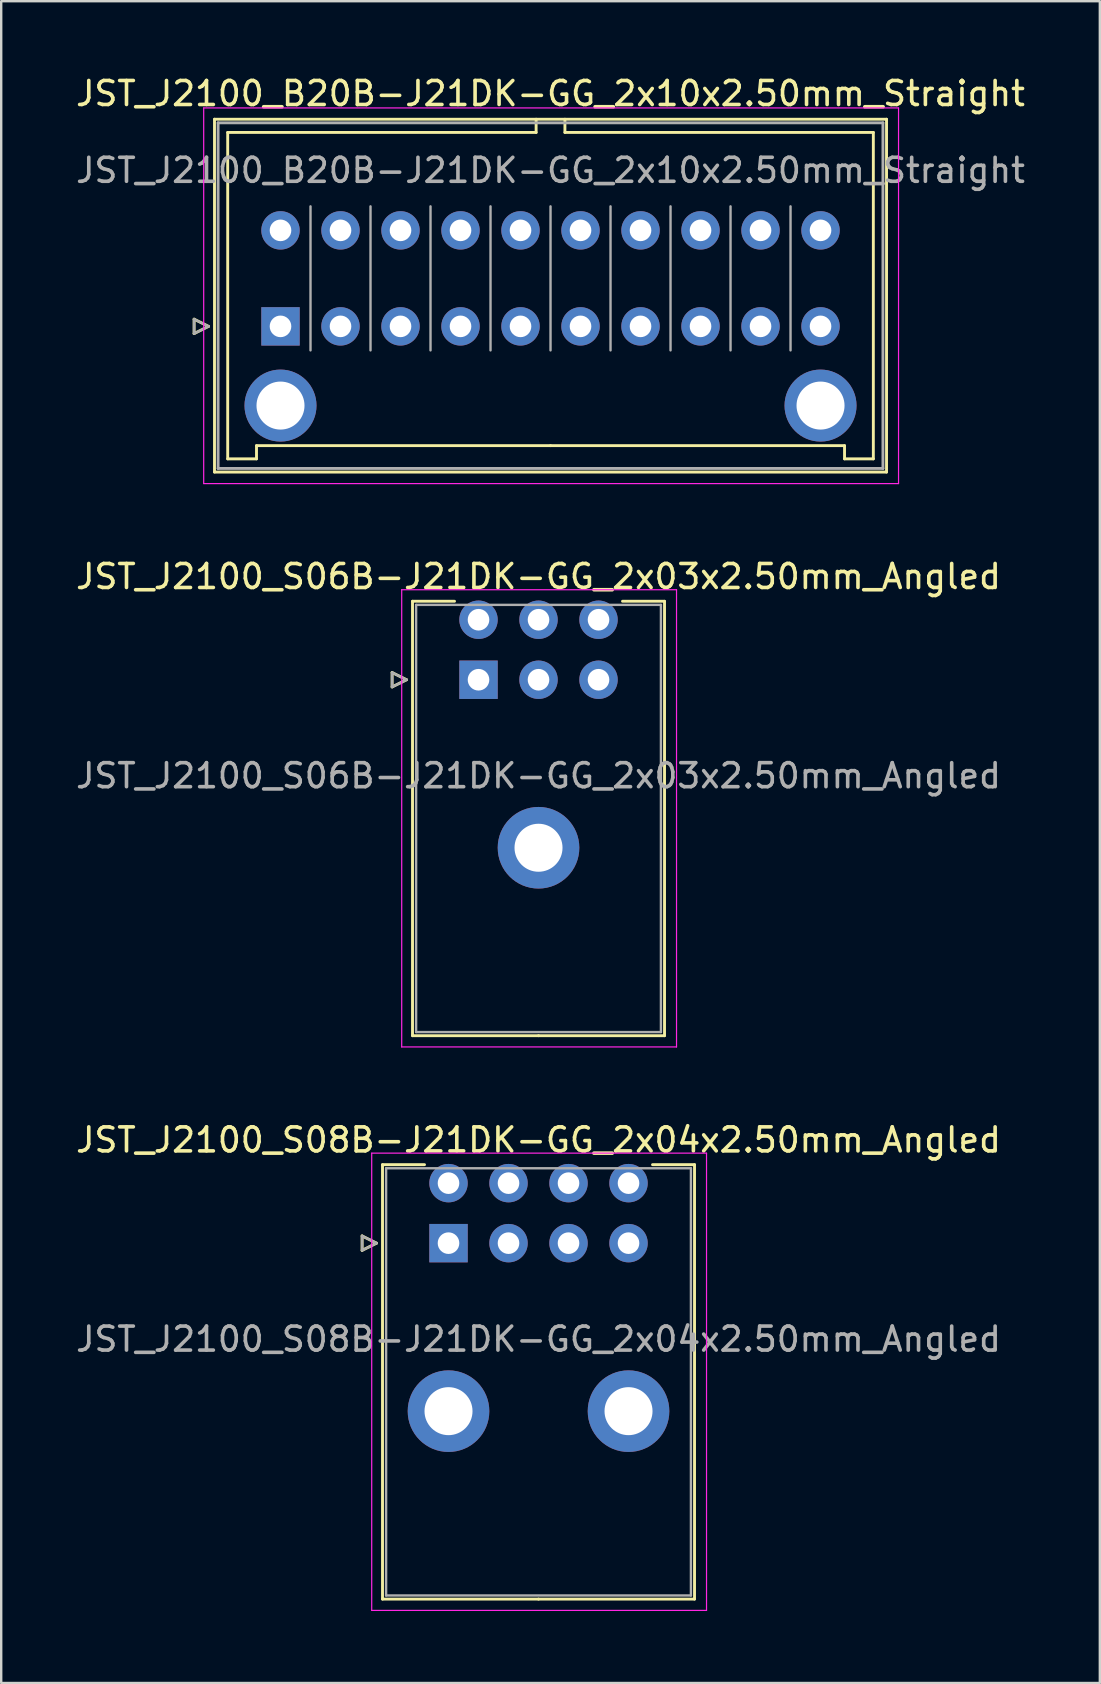
<source format=kicad_pcb>
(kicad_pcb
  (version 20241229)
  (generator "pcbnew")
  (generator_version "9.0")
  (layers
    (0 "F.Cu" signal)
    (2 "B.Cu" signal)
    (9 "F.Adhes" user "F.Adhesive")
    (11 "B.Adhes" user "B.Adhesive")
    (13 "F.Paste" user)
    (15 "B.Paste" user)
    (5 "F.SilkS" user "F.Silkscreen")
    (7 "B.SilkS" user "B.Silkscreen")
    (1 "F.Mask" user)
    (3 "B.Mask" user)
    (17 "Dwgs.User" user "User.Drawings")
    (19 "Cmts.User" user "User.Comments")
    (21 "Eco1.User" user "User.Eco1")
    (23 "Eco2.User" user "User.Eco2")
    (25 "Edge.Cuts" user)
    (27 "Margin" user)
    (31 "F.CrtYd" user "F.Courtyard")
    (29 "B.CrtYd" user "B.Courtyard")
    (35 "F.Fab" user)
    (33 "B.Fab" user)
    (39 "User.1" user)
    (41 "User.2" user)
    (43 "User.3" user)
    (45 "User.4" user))
  (footprint "JST_J2100_S08B-J21DK-GG_2x04x2.50mm_Angled"
    (layer "F.Cu")
    (at 15.637 48.745)
    (property "Reference" "JST_J2100_S08B-J21DK-GG_2x04x2.50mm_Angled" (at 3.75 -4.3 0) (layer "F.SilkS") (effects (font (size 1 1) (thickness 0.15))))
    (attr through_hole)
    (fp_line (start -3.6 -0.3) (end -3 0) (stroke (width 0.12) (type solid)) (layer "F.SilkS"))
    (fp_line (start -3.6 0.3) (end -3.6 -0.3) (stroke (width 0.12) (type solid)) (layer "F.SilkS"))
    (fp_line (start -3 0) (end -3.6 0.3) (stroke (width 0.12) (type solid)) (layer "F.SilkS"))
    (fp_line (start -2.75 -3.27) (end -2.75 14.83) (stroke (width 0.12) (type solid)) (layer "F.SilkS"))
    (fp_line (start -2.75 14.83) (end 3.75 14.83) (stroke (width 0.12) (type solid)) (layer "F.SilkS"))
    (fp_line (start -1 -3.27) (end -2.75 -3.27) (stroke (width 0.12) (type solid)) (layer "F.SilkS"))
    (fp_line (start 8.5 -3.27) (end 10.25 -3.27) (stroke (width 0.12) (type solid)) (layer "F.SilkS"))
    (fp_line (start 10.25 -3.27) (end 10.25 14.83) (stroke (width 0.12) (type solid)) (layer "F.SilkS"))
    (fp_line (start 10.25 14.83) (end 3.75 14.83) (stroke (width 0.12) (type solid)) (layer "F.SilkS"))
    (fp_line (start -3.2 -3.75) (end -3.2 15.3) (stroke (width 0.05) (type solid)) (layer "F.CrtYd"))
    (fp_line (start -3.2 15.3) (end 10.75 15.3) (stroke (width 0.05) (type solid)) (layer "F.CrtYd"))
    (fp_line (start 10.75 -3.75) (end -3.2 -3.75) (stroke (width 0.05) (type solid)) (layer "F.CrtYd"))
    (fp_line (start 10.75 15.3) (end 10.75 -3.75) (stroke (width 0.05) (type solid)) (layer "F.CrtYd"))
    (fp_line (start -3.6 -0.3) (end -3 0) (stroke (width 0.1) (type solid)) (layer "F.Fab"))
    (fp_line (start -3.6 0.3) (end -3.6 -0.3) (stroke (width 0.1) (type solid)) (layer "F.Fab"))
    (fp_line (start -3 0) (end -3.6 0.3) (stroke (width 0.1) (type solid)) (layer "F.Fab"))
    (fp_line (start -2.6 -3.12) (end -2.6 14.68) (stroke (width 0.1) (type solid)) (layer "F.Fab"))
    (fp_line (start -2.6 14.68) (end 10.1 14.68) (stroke (width 0.1) (type solid)) (layer "F.Fab"))
    (fp_line (start 10.1 -3.12) (end -2.6 -3.12) (stroke (width 0.1) (type solid)) (layer "F.Fab"))
    (fp_line (start 10.1 14.68) (end 10.1 -3.12) (stroke (width 0.1) (type solid)) (layer "F.Fab"))
    (fp_text user "${REFERENCE}" (at 3.75 4 0) (layer "F.Fab") (effects (font (size 1 1) (thickness 0.15))))
    (pad "" thru_hole circle (at 0 7) (size 3.4 3.4) (drill 2) (layers "*.Cu" "*.Mask"))
    (pad "" thru_hole circle (at 7.5 7) (size 3.4 3.4) (drill 2) (layers "*.Cu" "*.Mask"))
    (pad "1" thru_hole rect (at 0 0) (size 1.6 1.6) (drill 0.9) (layers "*.Cu" "*.Mask"))
    (pad "2" thru_hole circle (at 0 -2.5) (size 1.6 1.6) (drill 0.9) (layers "*.Cu" "*.Mask"))
    (pad "3" thru_hole circle (at 2.5 0) (size 1.6 1.6) (drill 0.9) (layers "*.Cu" "*.Mask"))
    (pad "4" thru_hole circle (at 2.5 -2.5) (size 1.6 1.6) (drill 0.9) (layers "*.Cu" "*.Mask"))
    (pad "5" thru_hole circle (at 5 0) (size 1.6 1.6) (drill 0.9) (layers "*.Cu" "*.Mask"))
    (pad "6" thru_hole circle (at 5 -2.5) (size 1.6 1.6) (drill 0.9) (layers "*.Cu" "*.Mask"))
    (pad "7" thru_hole circle (at 7.5 0) (size 1.6 1.6) (drill 0.9) (layers "*.Cu" "*.Mask"))
    (pad "8" thru_hole circle (at 7.5 -2.5) (size 1.6 1.6) (drill 0.9) (layers "*.Cu" "*.Mask")))
  (footprint "JST_J2100_S06B-J21DK-GG_2x03x2.50mm_Angled"
    (layer "F.Cu")
    (at 16.887 25.271)
    (property "Reference" "JST_J2100_S06B-J21DK-GG_2x03x2.50mm_Angled" (at 2.5 -4.3 0) (layer "F.SilkS") (effects (font (size 1 1) (thickness 0.15))))
    (attr through_hole)
    (fp_line (start -3.6 -0.3) (end -3 0) (stroke (width 0.12) (type solid)) (layer "F.SilkS"))
    (fp_line (start -3.6 0.3) (end -3.6 -0.3) (stroke (width 0.12) (type solid)) (layer "F.SilkS"))
    (fp_line (start -3 0) (end -3.6 0.3) (stroke (width 0.12) (type solid)) (layer "F.SilkS"))
    (fp_line (start -2.75 -3.27) (end -2.75 14.83) (stroke (width 0.12) (type solid)) (layer "F.SilkS"))
    (fp_line (start -2.75 14.83) (end 2.5 14.83) (stroke (width 0.12) (type solid)) (layer "F.SilkS"))
    (fp_line (start -1 -3.27) (end -2.75 -3.27) (stroke (width 0.12) (type solid)) (layer "F.SilkS"))
    (fp_line (start 6 -3.27) (end 7.75 -3.27) (stroke (width 0.12) (type solid)) (layer "F.SilkS"))
    (fp_line (start 7.75 -3.27) (end 7.75 14.83) (stroke (width 0.12) (type solid)) (layer "F.SilkS"))
    (fp_line (start 7.75 14.83) (end 2.5 14.83) (stroke (width 0.12) (type solid)) (layer "F.SilkS"))
    (fp_line (start -3.2 -3.75) (end -3.2 15.3) (stroke (width 0.05) (type solid)) (layer "F.CrtYd"))
    (fp_line (start -3.2 15.3) (end 8.25 15.3) (stroke (width 0.05) (type solid)) (layer "F.CrtYd"))
    (fp_line (start 8.25 -3.75) (end -3.2 -3.75) (stroke (width 0.05) (type solid)) (layer "F.CrtYd"))
    (fp_line (start 8.25 15.3) (end 8.25 -3.75) (stroke (width 0.05) (type solid)) (layer "F.CrtYd"))
    (fp_line (start -3.6 -0.3) (end -3 0) (stroke (width 0.1) (type solid)) (layer "F.Fab"))
    (fp_line (start -3.6 0.3) (end -3.6 -0.3) (stroke (width 0.1) (type solid)) (layer "F.Fab"))
    (fp_line (start -3 0) (end -3.6 0.3) (stroke (width 0.1) (type solid)) (layer "F.Fab"))
    (fp_line (start -2.6 -3.12) (end -2.6 14.68) (stroke (width 0.1) (type solid)) (layer "F.Fab"))
    (fp_line (start -2.6 14.68) (end 7.6 14.68) (stroke (width 0.1) (type solid)) (layer "F.Fab"))
    (fp_line (start 7.6 -3.12) (end -2.6 -3.12) (stroke (width 0.1) (type solid)) (layer "F.Fab"))
    (fp_line (start 7.6 14.68) (end 7.6 -3.12) (stroke (width 0.1) (type solid)) (layer "F.Fab"))
    (fp_text user "${REFERENCE}" (at 2.5 4 0) (layer "F.Fab") (effects (font (size 1 1) (thickness 0.15))))
    (pad "" thru_hole circle (at 2.5 7) (size 3.4 3.4) (drill 2) (layers "*.Cu" "*.Mask"))
    (pad "1" thru_hole rect (at 0 0) (size 1.6 1.6) (drill 0.9) (layers "*.Cu" "*.Mask"))
    (pad "2" thru_hole circle (at 0 -2.5) (size 1.6 1.6) (drill 0.9) (layers "*.Cu" "*.Mask"))
    (pad "3" thru_hole circle (at 2.5 0) (size 1.6 1.6) (drill 0.9) (layers "*.Cu" "*.Mask"))
    (pad "4" thru_hole circle (at 2.5 -2.5) (size 1.6 1.6) (drill 0.9) (layers "*.Cu" "*.Mask"))
    (pad "5" thru_hole circle (at 5 0) (size 1.6 1.6) (drill 0.9) (layers "*.Cu" "*.Mask"))
    (pad "6" thru_hole circle (at 5 -2.5) (size 1.6 1.6) (drill 0.9) (layers "*.Cu" "*.Mask")))
  (footprint "JST_J2100_B20B-J21DK-GG_2x10x2.50mm_Straight"
    (layer "F.Cu")
    (at 8.637 10.548)
    (property "Reference" "JST_J2100_B20B-J21DK-GG_2x10x2.50mm_Straight" (at 11.25 -9.7 0) (layer "F.SilkS") (effects (font (size 1 1) (thickness 0.15))))
    (attr through_hole)
    (fp_line (start -3.6 -0.3) (end -3 0) (stroke (width 0.12) (type solid)) (layer "F.SilkS"))
    (fp_line (start -3.6 0.3) (end -3.6 -0.3) (stroke (width 0.12) (type solid)) (layer "F.SilkS"))
    (fp_line (start -3 0) (end -3.6 0.3) (stroke (width 0.12) (type solid)) (layer "F.SilkS"))
    (fp_line (start -2.75 -8.63) (end -2.75 6.07) (stroke (width 0.12) (type solid)) (layer "F.SilkS"))
    (fp_line (start -2.75 6.07) (end 25.25 6.07) (stroke (width 0.12) (type solid)) (layer "F.SilkS"))
    (fp_line (start -2.2 -8.08) (end -2.2 5.52) (stroke (width 0.12) (type solid)) (layer "F.SilkS"))
    (fp_line (start -2.2 5.52) (end -1 5.52) (stroke (width 0.12) (type solid)) (layer "F.SilkS"))
    (fp_line (start -1 4.97) (end 11.25 4.97) (stroke (width 0.12) (type solid)) (layer "F.SilkS"))
    (fp_line (start -1 5.52) (end -1 4.97) (stroke (width 0.12) (type solid)) (layer "F.SilkS"))
    (fp_line (start 10.65 -8.63) (end 10.65 -8.08) (stroke (width 0.12) (type solid)) (layer "F.SilkS"))
    (fp_line (start 10.65 -8.08) (end -2.2 -8.08) (stroke (width 0.12) (type solid)) (layer "F.SilkS"))
    (fp_line (start 11.85 -8.63) (end 11.85 -8.08) (stroke (width 0.12) (type solid)) (layer "F.SilkS"))
    (fp_line (start 11.85 -8.08) (end 24.7 -8.08) (stroke (width 0.12) (type solid)) (layer "F.SilkS"))
    (fp_line (start 23.5 4.97) (end 11.25 4.97) (stroke (width 0.12) (type solid)) (layer "F.SilkS"))
    (fp_line (start 23.5 5.52) (end 23.5 4.97) (stroke (width 0.12) (type solid)) (layer "F.SilkS"))
    (fp_line (start 24.7 -8.08) (end 24.7 5.52) (stroke (width 0.12) (type solid)) (layer "F.SilkS"))
    (fp_line (start 24.7 5.52) (end 23.5 5.52) (stroke (width 0.12) (type solid)) (layer "F.SilkS"))
    (fp_line (start 25.25 -8.63) (end -2.75 -8.63) (stroke (width 0.12) (type solid)) (layer "F.SilkS"))
    (fp_line (start 25.25 6.07) (end 25.25 -8.63) (stroke (width 0.12) (type solid)) (layer "F.SilkS"))
    (fp_line (start -3.2 -9.1) (end -3.2 6.55) (stroke (width 0.05) (type solid)) (layer "F.CrtYd"))
    (fp_line (start -3.2 6.55) (end 25.75 6.55) (stroke (width 0.05) (type solid)) (layer "F.CrtYd"))
    (fp_line (start 25.75 -9.1) (end -3.2 -9.1) (stroke (width 0.05) (type solid)) (layer "F.CrtYd"))
    (fp_line (start 25.75 6.55) (end 25.75 -9.1) (stroke (width 0.05) (type solid)) (layer "F.CrtYd"))
    (fp_line (start -3.6 -0.3) (end -3 0) (stroke (width 0.1) (type solid)) (layer "F.Fab"))
    (fp_line (start -3.6 0.3) (end -3.6 -0.3) (stroke (width 0.1) (type solid)) (layer "F.Fab"))
    (fp_line (start -3 0) (end -3.6 0.3) (stroke (width 0.1) (type solid)) (layer "F.Fab"))
    (fp_line (start -2.6 -8.48) (end -2.6 5.92) (stroke (width 0.12) (type solid)) (layer "F.Fab"))
    (fp_line (start -2.6 5.92) (end 25.1 5.92) (stroke (width 0.12) (type solid)) (layer "F.Fab"))
    (fp_line (start 1.25 1) (end 1.25 -5) (stroke (width 0.1) (type solid)) (layer "F.Fab"))
    (fp_line (start 3.75 1) (end 3.75 -5) (stroke (width 0.1) (type solid)) (layer "F.Fab"))
    (fp_line (start 6.25 1) (end 6.25 -5) (stroke (width 0.1) (type solid)) (layer "F.Fab"))
    (fp_line (start 8.75 1) (end 8.75 -5) (stroke (width 0.1) (type solid)) (layer "F.Fab"))
    (fp_line (start 11.25 1) (end 11.25 -5) (stroke (width 0.1) (type solid)) (layer "F.Fab"))
    (fp_line (start 13.75 1) (end 13.75 -5) (stroke (width 0.1) (type solid)) (layer "F.Fab"))
    (fp_line (start 16.25 1) (end 16.25 -5) (stroke (width 0.1) (type solid)) (layer "F.Fab"))
    (fp_line (start 18.75 1) (end 18.75 -5) (stroke (width 0.1) (type solid)) (layer "F.Fab"))
    (fp_line (start 21.25 1) (end 21.25 -5) (stroke (width 0.1) (type solid)) (layer "F.Fab"))
    (fp_line (start 25.1 -8.48) (end -2.6 -8.48) (stroke (width 0.12) (type solid)) (layer "F.Fab"))
    (fp_line (start 25.1 5.92) (end 25.1 -8.48) (stroke (width 0.12) (type solid)) (layer "F.Fab"))
    (fp_text user "${REFERENCE}" (at 11.25 -6.5 0) (layer "F.Fab") (effects (font (size 1 1) (thickness 0.15))))
    (pad "" thru_hole circle (at 0 3.3) (size 3 3) (drill 2) (layers "*.Cu" "*.Mask"))
    (pad "" thru_hole circle (at 22.5 3.3) (size 3 3) (drill 2) (layers "*.Cu" "*.Mask"))
    (pad "1" thru_hole rect (at 0 0) (size 1.6 1.6) (drill 0.9) (layers "*.Cu" "*.Mask"))
    (pad "2" thru_hole circle (at 0 -4) (size 1.6 1.6) (drill 0.9) (layers "*.Cu" "*.Mask"))
    (pad "3" thru_hole circle (at 2.5 0) (size 1.6 1.6) (drill 0.9) (layers "*.Cu" "*.Mask"))
    (pad "4" thru_hole circle (at 2.5 -4) (size 1.6 1.6) (drill 0.9) (layers "*.Cu" "*.Mask"))
    (pad "5" thru_hole circle (at 5 0) (size 1.6 1.6) (drill 0.9) (layers "*.Cu" "*.Mask"))
    (pad "6" thru_hole circle (at 5 -4) (size 1.6 1.6) (drill 0.9) (layers "*.Cu" "*.Mask"))
    (pad "7" thru_hole circle (at 7.5 0) (size 1.6 1.6) (drill 0.9) (layers "*.Cu" "*.Mask"))
    (pad "8" thru_hole circle (at 7.5 -4) (size 1.6 1.6) (drill 0.9) (layers "*.Cu" "*.Mask"))
    (pad "9" thru_hole circle (at 10 0) (size 1.6 1.6) (drill 0.9) (layers "*.Cu" "*.Mask"))
    (pad "10" thru_hole circle (at 10 -4) (size 1.6 1.6) (drill 0.9) (layers "*.Cu" "*.Mask"))
    (pad "11" thru_hole circle (at 12.5 0) (size 1.6 1.6) (drill 0.9) (layers "*.Cu" "*.Mask"))
    (pad "12" thru_hole circle (at 12.5 -4) (size 1.6 1.6) (drill 0.9) (layers "*.Cu" "*.Mask"))
    (pad "13" thru_hole circle (at 15 0) (size 1.6 1.6) (drill 0.9) (layers "*.Cu" "*.Mask"))
    (pad "14" thru_hole circle (at 15 -4) (size 1.6 1.6) (drill 0.9) (layers "*.Cu" "*.Mask"))
    (pad "15" thru_hole circle (at 17.5 0) (size 1.6 1.6) (drill 0.9) (layers "*.Cu" "*.Mask"))
    (pad "16" thru_hole circle (at 17.5 -4) (size 1.6 1.6) (drill 0.9) (layers "*.Cu" "*.Mask"))
    (pad "17" thru_hole circle (at 20 0) (size 1.6 1.6) (drill 0.9) (layers "*.Cu" "*.Mask"))
    (pad "18" thru_hole circle (at 20 -4) (size 1.6 1.6) (drill 0.9) (layers "*.Cu" "*.Mask"))
    (pad "19" thru_hole circle (at 22.5 0) (size 1.6 1.6) (drill 0.9) (layers "*.Cu" "*.Mask"))
    (pad "20" thru_hole circle (at 22.5 -4) (size 1.6 1.6) (drill 0.9) (layers "*.Cu" "*.Mask")))
  (gr_rect
    (start -3 -3)
    (end 42.774 67.07)
    (stroke (width 0.1) (type default))
    (fill no)
    (layer "Edge.Cuts")))
</source>
